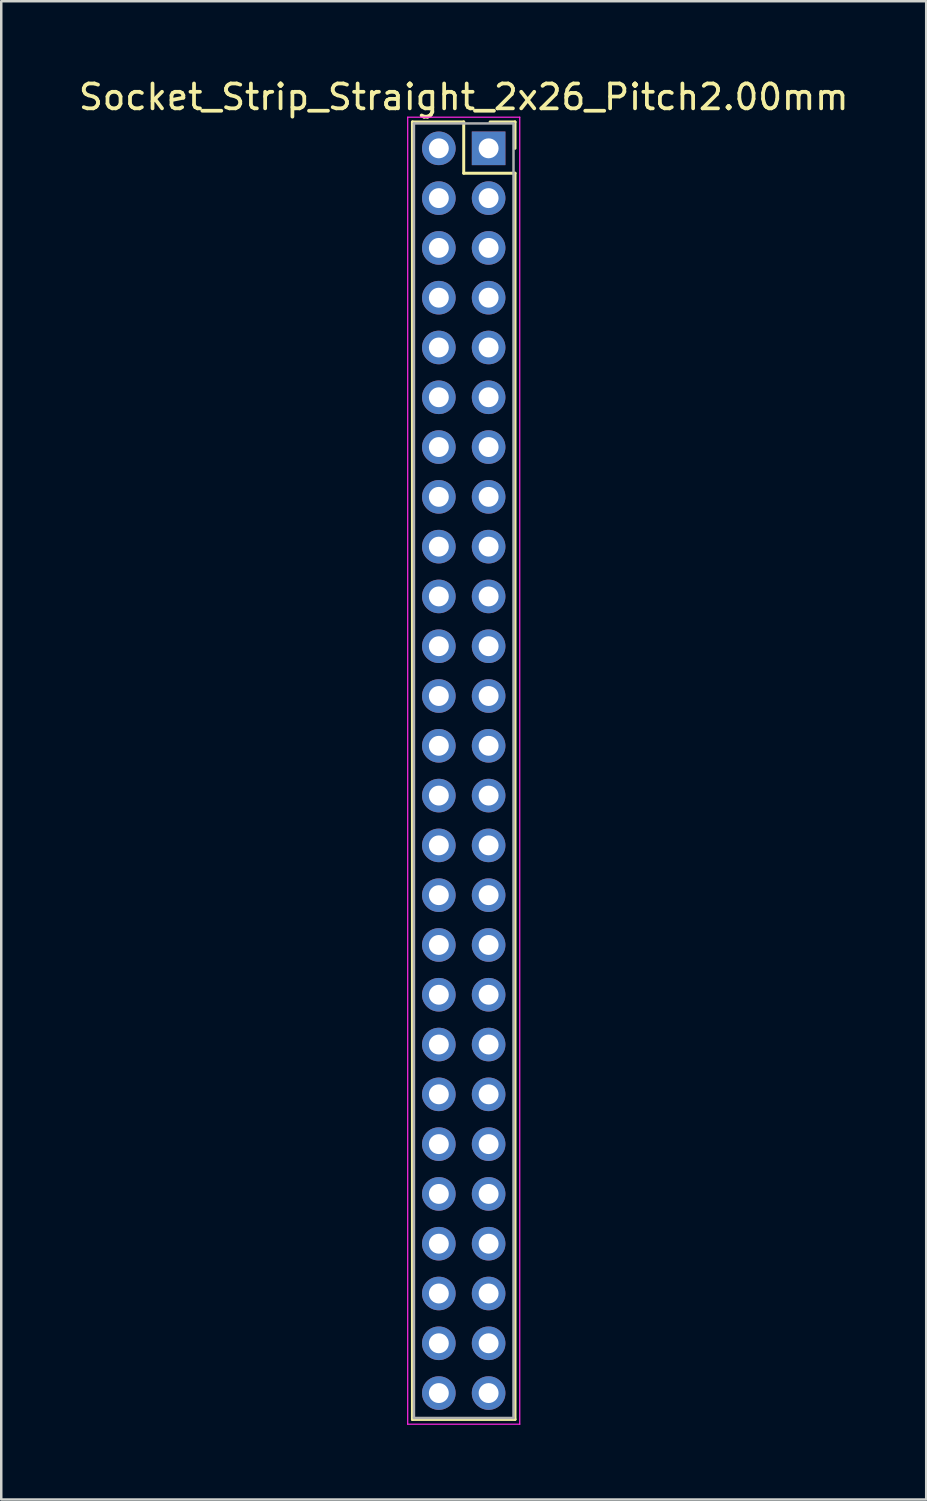
<source format=kicad_pcb>
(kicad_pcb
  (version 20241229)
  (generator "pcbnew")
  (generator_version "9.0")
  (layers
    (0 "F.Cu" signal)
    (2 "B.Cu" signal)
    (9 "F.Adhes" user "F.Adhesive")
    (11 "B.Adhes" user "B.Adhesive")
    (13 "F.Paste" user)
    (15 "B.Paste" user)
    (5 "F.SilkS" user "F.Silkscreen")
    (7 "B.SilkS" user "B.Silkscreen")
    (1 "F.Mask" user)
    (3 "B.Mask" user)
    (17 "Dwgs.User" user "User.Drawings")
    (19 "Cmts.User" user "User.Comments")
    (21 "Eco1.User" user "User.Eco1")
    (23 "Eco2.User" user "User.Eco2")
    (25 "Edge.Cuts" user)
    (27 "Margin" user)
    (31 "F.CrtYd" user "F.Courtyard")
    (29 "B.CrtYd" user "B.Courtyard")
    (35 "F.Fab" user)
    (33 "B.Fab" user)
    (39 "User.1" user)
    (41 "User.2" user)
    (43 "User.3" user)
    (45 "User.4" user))
  (footprint "Socket_Strip_Straight_2x26_Pitch2.00mm"
    (layer "F.Cu")
    (at 16.577 2.908)
    (property "Reference" "Socket_Strip_Straight_2x26_Pitch2.00mm" (at -1 -2.06 0) (layer "F.SilkS") (effects (font (size 1 1) (thickness 0.15))))
    (attr through_hole)
    (fp_line (start -3.06 -1.06) (end -1 -1.06) (stroke (width 0.12) (type solid)) (layer "F.SilkS"))
    (fp_line (start -3.06 51.06) (end -3.06 -1.06) (stroke (width 0.12) (type solid)) (layer "F.SilkS"))
    (fp_line (start -1 -1.06) (end -1 1) (stroke (width 0.12) (type solid)) (layer "F.SilkS"))
    (fp_line (start -1 1) (end 1.06 1) (stroke (width 0.12) (type solid)) (layer "F.SilkS"))
    (fp_line (start 1.06 -1.06) (end 0.06 -1.06) (stroke (width 0.12) (type solid)) (layer "F.SilkS"))
    (fp_line (start 1.06 0) (end 1.06 -1.06) (stroke (width 0.12) (type solid)) (layer "F.SilkS"))
    (fp_line (start 1.06 1) (end 1.06 51.06) (stroke (width 0.12) (type solid)) (layer "F.SilkS"))
    (fp_line (start 1.06 51.06) (end -3.06 51.06) (stroke (width 0.12) (type solid)) (layer "F.SilkS"))
    (fp_line (start -3.25 -1.25) (end -3.25 51.25) (stroke (width 0.05) (type solid)) (layer "F.CrtYd"))
    (fp_line (start -3.25 51.25) (end 1.25 51.25) (stroke (width 0.05) (type solid)) (layer "F.CrtYd"))
    (fp_line (start 1.25 -1.25) (end -3.25 -1.25) (stroke (width 0.05) (type solid)) (layer "F.CrtYd"))
    (fp_line (start 1.25 51.25) (end 1.25 -1.25) (stroke (width 0.05) (type solid)) (layer "F.CrtYd"))
    (fp_line (start -3 -1) (end -3 51) (stroke (width 0.1) (type solid)) (layer "F.Fab"))
    (fp_line (start -3 51) (end 1 51) (stroke (width 0.1) (type solid)) (layer "F.Fab"))
    (fp_line (start 1 -1) (end -3 -1) (stroke (width 0.1) (type solid)) (layer "F.Fab"))
    (fp_line (start 1 51) (end 1 -1) (stroke (width 0.1) (type solid)) (layer "F.Fab"))
    (pad "1" thru_hole rect (at 0 0) (size 1.35 1.35) (drill 0.8) (layers "*.Cu" "*.Mask"))
    (pad "2" thru_hole oval (at -2 0) (size 1.35 1.35) (drill 0.8) (layers "*.Cu" "*.Mask"))
    (pad "3" thru_hole oval (at 0 2) (size 1.35 1.35) (drill 0.8) (layers "*.Cu" "*.Mask"))
    (pad "4" thru_hole oval (at -2 2) (size 1.35 1.35) (drill 0.8) (layers "*.Cu" "*.Mask"))
    (pad "5" thru_hole oval (at 0 4) (size 1.35 1.35) (drill 0.8) (layers "*.Cu" "*.Mask"))
    (pad "6" thru_hole oval (at -2 4) (size 1.35 1.35) (drill 0.8) (layers "*.Cu" "*.Mask"))
    (pad "7" thru_hole oval (at 0 6) (size 1.35 1.35) (drill 0.8) (layers "*.Cu" "*.Mask"))
    (pad "8" thru_hole oval (at -2 6) (size 1.35 1.35) (drill 0.8) (layers "*.Cu" "*.Mask"))
    (pad "9" thru_hole oval (at 0 8) (size 1.35 1.35) (drill 0.8) (layers "*.Cu" "*.Mask"))
    (pad "10" thru_hole oval (at -2 8) (size 1.35 1.35) (drill 0.8) (layers "*.Cu" "*.Mask"))
    (pad "11" thru_hole oval (at 0 10) (size 1.35 1.35) (drill 0.8) (layers "*.Cu" "*.Mask"))
    (pad "12" thru_hole oval (at -2 10) (size 1.35 1.35) (drill 0.8) (layers "*.Cu" "*.Mask"))
    (pad "13" thru_hole oval (at 0 12) (size 1.35 1.35) (drill 0.8) (layers "*.Cu" "*.Mask"))
    (pad "14" thru_hole oval (at -2 12) (size 1.35 1.35) (drill 0.8) (layers "*.Cu" "*.Mask"))
    (pad "15" thru_hole oval (at 0 14) (size 1.35 1.35) (drill 0.8) (layers "*.Cu" "*.Mask"))
    (pad "16" thru_hole oval (at -2 14) (size 1.35 1.35) (drill 0.8) (layers "*.Cu" "*.Mask"))
    (pad "17" thru_hole oval (at 0 16) (size 1.35 1.35) (drill 0.8) (layers "*.Cu" "*.Mask"))
    (pad "18" thru_hole oval (at -2 16) (size 1.35 1.35) (drill 0.8) (layers "*.Cu" "*.Mask"))
    (pad "19" thru_hole oval (at 0 18) (size 1.35 1.35) (drill 0.8) (layers "*.Cu" "*.Mask"))
    (pad "20" thru_hole oval (at -2 18) (size 1.35 1.35) (drill 0.8) (layers "*.Cu" "*.Mask"))
    (pad "21" thru_hole oval (at 0 20) (size 1.35 1.35) (drill 0.8) (layers "*.Cu" "*.Mask"))
    (pad "22" thru_hole oval (at -2 20) (size 1.35 1.35) (drill 0.8) (layers "*.Cu" "*.Mask"))
    (pad "23" thru_hole oval (at 0 22) (size 1.35 1.35) (drill 0.8) (layers "*.Cu" "*.Mask"))
    (pad "24" thru_hole oval (at -2 22) (size 1.35 1.35) (drill 0.8) (layers "*.Cu" "*.Mask"))
    (pad "25" thru_hole oval (at 0 24) (size 1.35 1.35) (drill 0.8) (layers "*.Cu" "*.Mask"))
    (pad "26" thru_hole oval (at -2 24) (size 1.35 1.35) (drill 0.8) (layers "*.Cu" "*.Mask"))
    (pad "27" thru_hole oval (at 0 26) (size 1.35 1.35) (drill 0.8) (layers "*.Cu" "*.Mask"))
    (pad "28" thru_hole oval (at -2 26) (size 1.35 1.35) (drill 0.8) (layers "*.Cu" "*.Mask"))
    (pad "29" thru_hole oval (at 0 28) (size 1.35 1.35) (drill 0.8) (layers "*.Cu" "*.Mask"))
    (pad "30" thru_hole oval (at -2 28) (size 1.35 1.35) (drill 0.8) (layers "*.Cu" "*.Mask"))
    (pad "31" thru_hole oval (at 0 30) (size 1.35 1.35) (drill 0.8) (layers "*.Cu" "*.Mask"))
    (pad "32" thru_hole oval (at -2 30) (size 1.35 1.35) (drill 0.8) (layers "*.Cu" "*.Mask"))
    (pad "33" thru_hole oval (at 0 32) (size 1.35 1.35) (drill 0.8) (layers "*.Cu" "*.Mask"))
    (pad "34" thru_hole oval (at -2 32) (size 1.35 1.35) (drill 0.8) (layers "*.Cu" "*.Mask"))
    (pad "35" thru_hole oval (at 0 34) (size 1.35 1.35) (drill 0.8) (layers "*.Cu" "*.Mask"))
    (pad "36" thru_hole oval (at -2 34) (size 1.35 1.35) (drill 0.8) (layers "*.Cu" "*.Mask"))
    (pad "37" thru_hole oval (at 0 36) (size 1.35 1.35) (drill 0.8) (layers "*.Cu" "*.Mask"))
    (pad "38" thru_hole oval (at -2 36) (size 1.35 1.35) (drill 0.8) (layers "*.Cu" "*.Mask"))
    (pad "39" thru_hole oval (at 0 38) (size 1.35 1.35) (drill 0.8) (layers "*.Cu" "*.Mask"))
    (pad "40" thru_hole oval (at -2 38) (size 1.35 1.35) (drill 0.8) (layers "*.Cu" "*.Mask"))
    (pad "41" thru_hole oval (at 0 40) (size 1.35 1.35) (drill 0.8) (layers "*.Cu" "*.Mask"))
    (pad "42" thru_hole oval (at -2 40) (size 1.35 1.35) (drill 0.8) (layers "*.Cu" "*.Mask"))
    (pad "43" thru_hole oval (at 0 42) (size 1.35 1.35) (drill 0.8) (layers "*.Cu" "*.Mask"))
    (pad "44" thru_hole oval (at -2 42) (size 1.35 1.35) (drill 0.8) (layers "*.Cu" "*.Mask"))
    (pad "45" thru_hole oval (at 0 44) (size 1.35 1.35) (drill 0.8) (layers "*.Cu" "*.Mask"))
    (pad "46" thru_hole oval (at -2 44) (size 1.35 1.35) (drill 0.8) (layers "*.Cu" "*.Mask"))
    (pad "47" thru_hole oval (at 0 46) (size 1.35 1.35) (drill 0.8) (layers "*.Cu" "*.Mask"))
    (pad "48" thru_hole oval (at -2 46) (size 1.35 1.35) (drill 0.8) (layers "*.Cu" "*.Mask"))
    (pad "49" thru_hole oval (at 0 48) (size 1.35 1.35) (drill 0.8) (layers "*.Cu" "*.Mask"))
    (pad "50" thru_hole oval (at -2 48) (size 1.35 1.35) (drill 0.8) (layers "*.Cu" "*.Mask"))
    (pad "51" thru_hole oval (at 0 50) (size 1.35 1.35) (drill 0.8) (layers "*.Cu" "*.Mask"))
    (pad "52" thru_hole oval (at -2 50) (size 1.35 1.35) (drill 0.8) (layers "*.Cu" "*.Mask")))
  (gr_rect
    (start -3 -3)
    (end 34.155 57.183)
    (stroke (width 0.1) (type default))
    (fill no)
    (layer "Edge.Cuts")))
</source>
